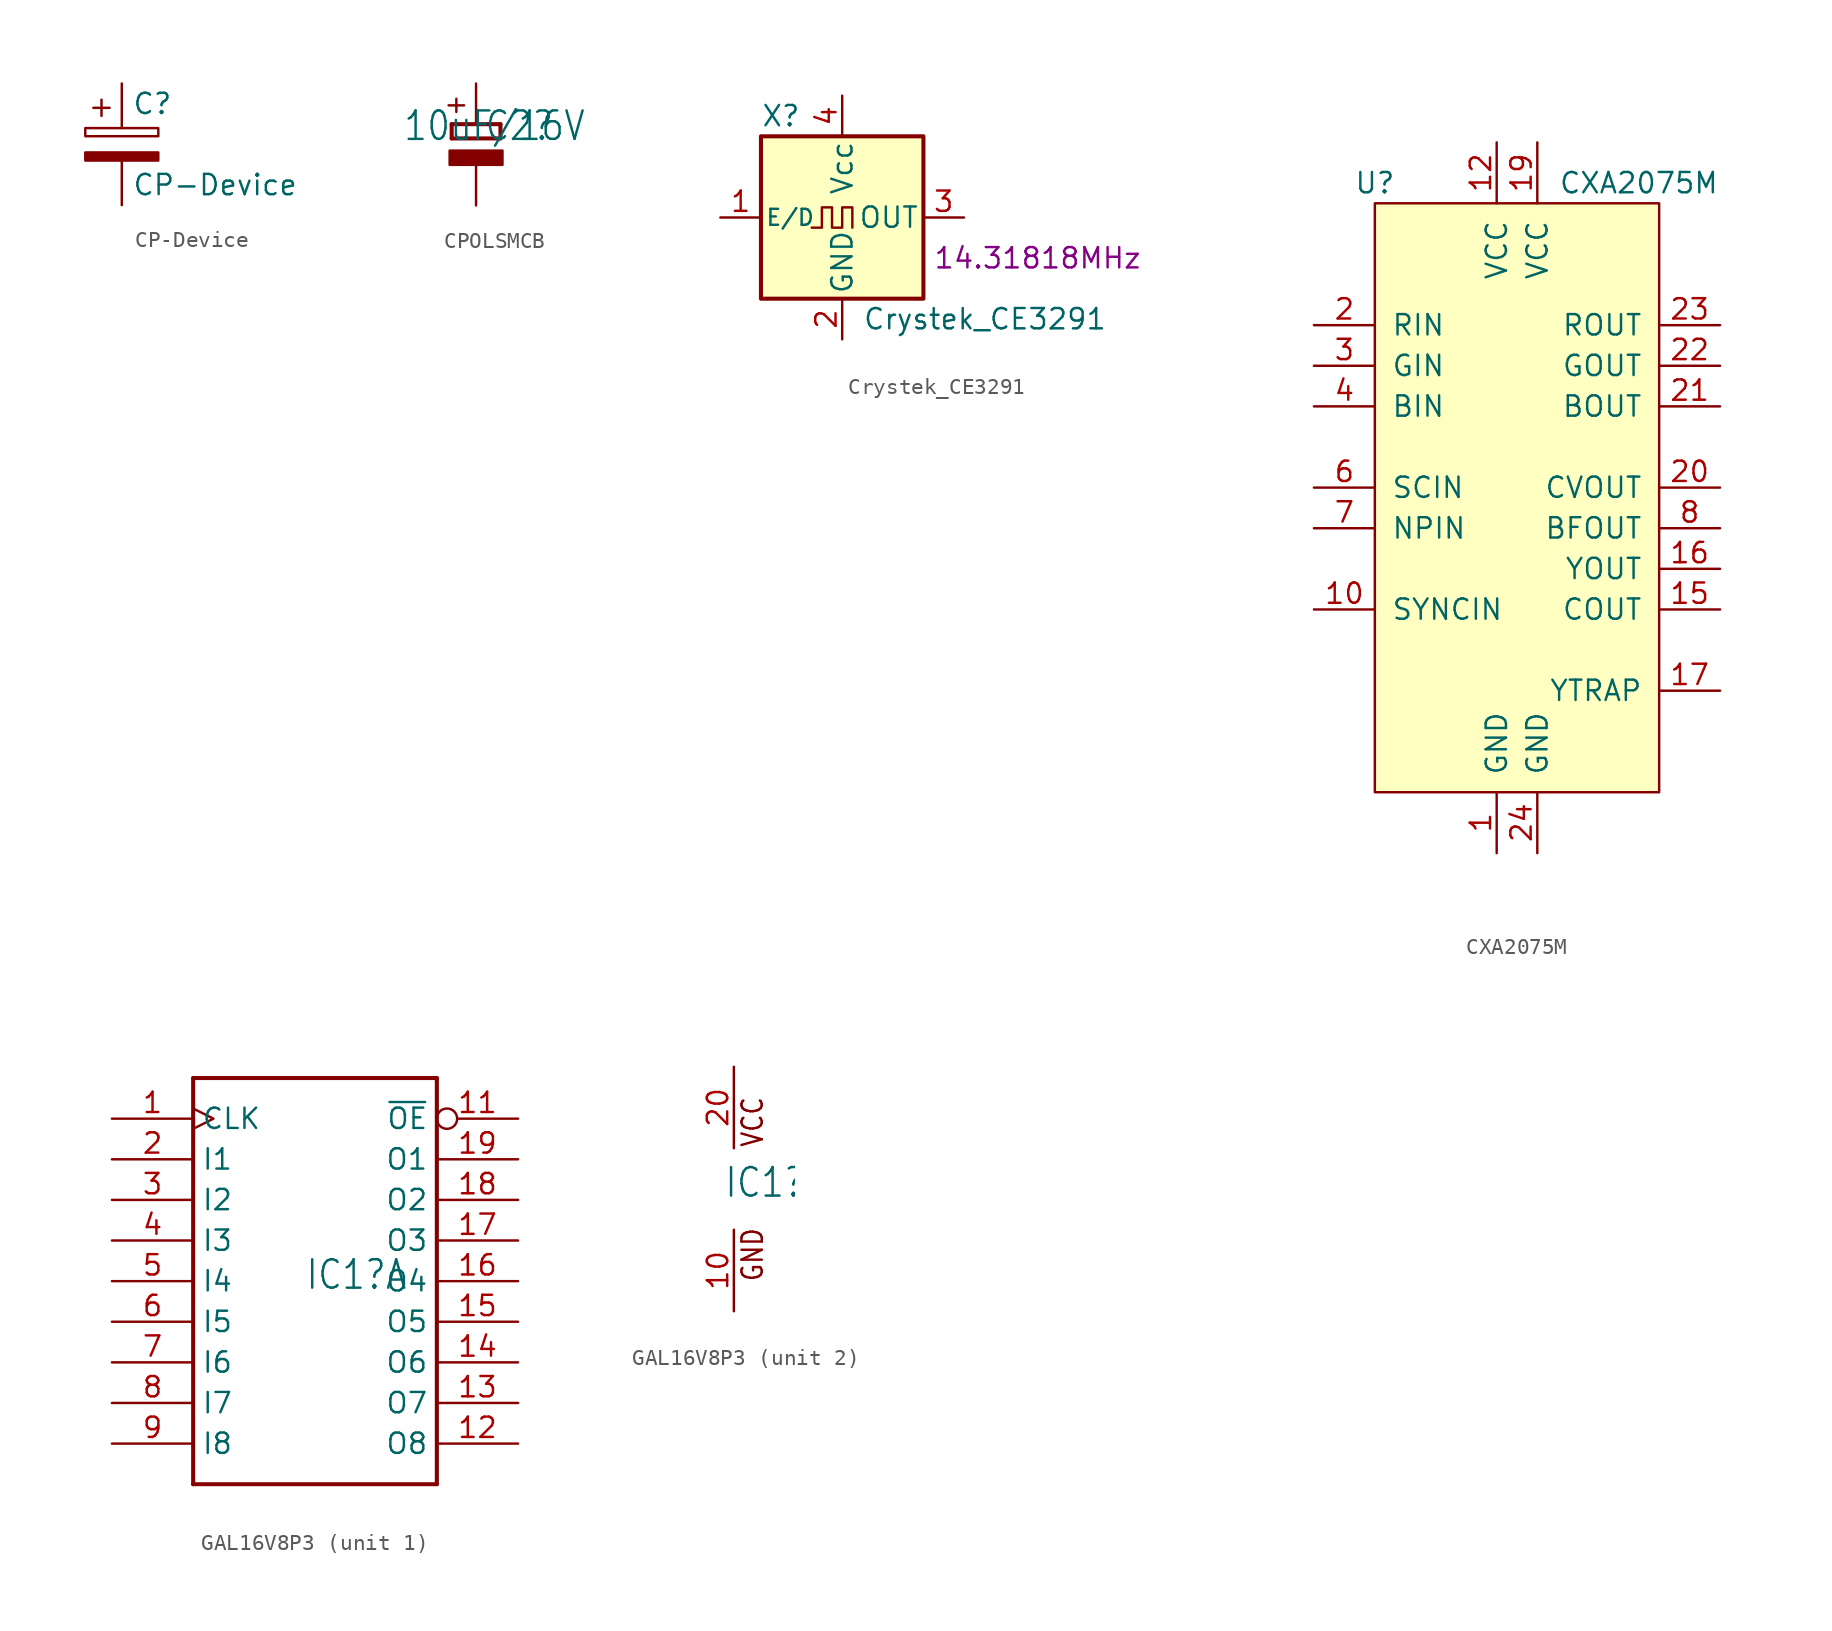
<source format=kicad_sym>
(kicad_symbol_lib
  (version 20220914)
  (generator kicad_symbol_editor)
  (symbol "CP-Device"
    (pin_numbers hide)
    (pin_names
      (offset 0.254))
    (property "Reference" "C"
      (at 0.635 2.54 0)
      (effects (font (size 1.27 1.27)) (justify left)))
    (property "Value" "CP-Device"
      (at 0.635 -2.54 0)
      (effects (font (size 1.27 1.27)) (justify left)))
    (symbol "CP-Device_0_1"
      (rectangle (start -2.286 0.508) (end 2.286 1.016) (stroke (width 0) (type default)) (fill (type none)))
      (polyline (pts (xy -1.778 2.286) (xy -0.762 2.286)) (stroke (width 0) (type default)) (fill (type none)))
      (polyline (pts (xy -1.27 2.794) (xy -1.27 1.778)) (stroke (width 0) (type default)) (fill (type none)))
      (rectangle (start 2.286 -0.508) (end -2.286 -1.016) (stroke (width 0) (type default)) (fill (type outline))))
    (symbol "CP-Device_1_1"
      (pin passive line (at 0 3.81 270) (length 2.794) (name "~" (effects (font (size 1.27 1.27)))) (number "1" (effects (font (size 1.27 1.27)))))
      (pin passive line (at 0 -3.81 90) (length 2.794) (name "~" (effects (font (size 1.27 1.27)))) (number "2" (effects (font (size 1.27 1.27)))))))
  (symbol "CPOLSMCB"
    (property "Reference" "C2"
      (at 0.483 -1.143 0)
      (effects (font (size 1.778 1.511)) (justify left bottom)))
    (property "Value" "10uF/16V"
      (at -4.597 -1.143 0)
      (effects (font (size 1.778 1.511)) (justify left bottom)))
    (property "ki_locked" ""
      (at 0 0 0)
      (effects (font (size 1.27 1.27))))
    (symbol "CPOLSMCB_1_0"
      (rectangle (start -1.651 -2.54) (end 1.651 -1.651) (stroke (width 0) (type default)) (fill (type outline)))
      (polyline (pts (xy -1.524 -0.889) (xy 1.524 -0.889)) (stroke (width 0.254) (type default)) (fill (type none)))
      (polyline (pts (xy -1.524 0) (xy -1.524 -0.889)) (stroke (width 0.254) (type default)) (fill (type none)))
      (polyline (pts (xy -1.524 0) (xy 1.524 0)) (stroke (width 0.254) (type default)) (fill (type none)))
      (polyline (pts (xy 1.524 -0.889) (xy 1.524 0)) (stroke (width 0.254) (type default)) (fill (type none)))
      (text "+" (at -0.584 0.406 900) (effects (font (size 1.27 1.079)) (justify left bottom)))
      (pin passive line (at 0 2.54 270) (length 2.54) (name "+" (effects (font (size 0 0)))) (number "1" (effects (font (size 0 0)))))
      (pin passive line (at 0 -5.08 90) (length 2.54) (name "-" (effects (font (size 0 0)))) (number "2" (effects (font (size 0 0)))))))
  (symbol "Crystek_CE3291"
    (pin_names
      (offset 0.254))
    (property "Reference" "X"
      (at -5.08 6.35 0)
      (effects (font (size 1.27 1.27)) (justify left)))
    (property "Value" "Crystek_CE3291"
      (at 1.27 -6.35 0)
      (effects (font (size 1.27 1.27)) (justify left)))
    (property "Frequency" "14.31818MHz "
      (at 12.7 -2.54 0)
      (effects (font (size 1.27 1.27))))
    (symbol "Crystek_CE3291_0_1"
      (rectangle (start -5.08 5.08) (end 5.08 -5.08) (stroke (width 0.254) (type default)) (fill (type background)))
      (polyline (pts (xy -1.905 -0.635) (xy -1.27 -0.635) (xy -1.27 0.635) (xy -0.635 0.635) (xy -0.635 -0.635) (xy 0 -0.635) (xy 0 0.635) (xy 0.635 0.635) (xy 0.635 -0.635)) (stroke (width 0) (type default)) (fill (type none))))
    (symbol "Crystek_CE3291_1_1"
      (pin input line (at -7.62 0 0) (length 2.54) (name "E/D" (effects (font (size 1 1)))) (number "1" (effects (font (size 1.27 1.27)))))
      (pin power_in line (at 0 -7.62 90) (length 2.54) (name "GND" (effects (font (size 1.27 1.27)))) (number "2" (effects (font (size 1.27 1.27)))))
      (pin output line (at 7.62 0 180) (length 2.54) (name "OUT" (effects (font (size 1.27 1.27)))) (number "3" (effects (font (size 1.27 1.27)))))
      (pin power_in line (at 0 7.62 270) (length 2.54) (name "Vcc" (effects (font (size 1.27 1.27)))) (number "4" (effects (font (size 1.27 1.27)))))))
  (symbol "CXA2075M"
    (pin_names
      (offset 1.016))
    (property "Reference" "U"
      (at -8.89 20.32 0)
      (effects (font (size 1.27 1.27))))
    (property "Value" "CXA2075M"
      (at 7.62 20.32 0)
      (effects (font (size 1.27 1.27))))
    (symbol "CXA2075M_0_1"
      (rectangle (start -8.89 19.05) (end 8.89 -17.78) (stroke (width 0) (type default)) (fill (type background))))
    (symbol "CXA2075M_1_1"
      (pin power_in line (at -1.27 -21.59 90) (length 3.81) (name "GND" (effects (font (size 1.27 1.27)))) (number "1" (effects (font (size 1.27 1.27)))))
      (pin input line (at -12.7 -6.35 0) (length 3.81) (name "SYNCIN" (effects (font (size 1.27 1.27)))) (number "10" (effects (font (size 1.27 1.27)))))
      (pin no_connect line (at -12.7 -8.89 0) (length 3.81) hide (name "NC" (effects (font (size 1.27 1.27)))) (number "11" (effects (font (size 1.27 1.27)))))
      (pin power_in line (at -1.27 22.86 270) (length 3.81) (name "VCC" (effects (font (size 1.27 1.27)))) (number "12" (effects (font (size 1.27 1.27)))))
      (pin no_connect line (at 12.7 13.97 180) (length 3.81) hide (name "NC" (effects (font (size 1.27 1.27)))) (number "13" (effects (font (size 1.27 1.27)))))
      (pin no_connect line (at 11.43 -8.89 180) (length 3.81) hide (name "NC" (effects (font (size 1.27 1.27)))) (number "14" (effects (font (size 1.27 1.27)))))
      (pin output line (at 12.7 -6.35 180) (length 3.81) (name "COUT" (effects (font (size 1.27 1.27)))) (number "15" (effects (font (size 1.27 1.27)))))
      (pin output line (at 12.7 -3.81 180) (length 3.81) (name "YOUT" (effects (font (size 1.27 1.27)))) (number "16" (effects (font (size 1.27 1.27)))))
      (pin input line (at 12.7 -11.43 180) (length 3.81) (name "YTRAP" (effects (font (size 1.27 1.27)))) (number "17" (effects (font (size 1.27 1.27)))))
      (pin no_connect line (at 11.43 -13.97 180) (length 3.81) hide (name "NC" (effects (font (size 1.27 1.27)))) (number "18" (effects (font (size 1.27 1.27)))))
      (pin power_in line (at 1.27 22.86 270) (length 3.81) (name "VCC" (effects (font (size 1.27 1.27)))) (number "19" (effects (font (size 1.27 1.27)))))
      (pin input line (at -12.7 11.43 0) (length 3.81) (name "RIN" (effects (font (size 1.27 1.27)))) (number "2" (effects (font (size 1.27 1.27)))))
      (pin output line (at 12.7 1.27 180) (length 3.81) (name "CVOUT" (effects (font (size 1.27 1.27)))) (number "20" (effects (font (size 1.27 1.27)))))
      (pin output line (at 12.7 6.35 180) (length 3.81) (name "BOUT" (effects (font (size 1.27 1.27)))) (number "21" (effects (font (size 1.27 1.27)))))
      (pin output line (at 12.7 8.89 180) (length 3.81) (name "GOUT" (effects (font (size 1.27 1.27)))) (number "22" (effects (font (size 1.27 1.27)))))
      (pin output line (at 12.7 11.43 180) (length 3.81) (name "ROUT" (effects (font (size 1.27 1.27)))) (number "23" (effects (font (size 1.27 1.27)))))
      (pin power_in line (at 1.27 -21.59 90) (length 3.81) (name "GND" (effects (font (size 1.27 1.27)))) (number "24" (effects (font (size 1.27 1.27)))))
      (pin input line (at -12.7 8.89 0) (length 3.81) (name "GIN" (effects (font (size 1.27 1.27)))) (number "3" (effects (font (size 1.27 1.27)))))
      (pin input line (at -12.7 6.35 0) (length 3.81) (name "BIN" (effects (font (size 1.27 1.27)))) (number "4" (effects (font (size 1.27 1.27)))))
      (pin no_connect line (at -12.7 3.81 0) (length 3.81) hide (name "NC" (effects (font (size 1.27 1.27)))) (number "5" (effects (font (size 1.27 1.27)))))
      (pin input line (at -12.7 1.27 0) (length 3.81) (name "SCIN" (effects (font (size 1.27 1.27)))) (number "6" (effects (font (size 1.27 1.27)))))
      (pin input line (at -12.7 -1.27 0) (length 3.81) (name "NPIN" (effects (font (size 1.27 1.27)))) (number "7" (effects (font (size 1.27 1.27)))))
      (pin output line (at 12.7 -1.27 180) (length 3.81) (name "BFOUT" (effects (font (size 1.27 1.27)))) (number "8" (effects (font (size 1.27 1.27)))))
      (pin no_connect line (at -12.7 -3.81 0) (length 3.81) hide (name "NC" (effects (font (size 1.27 1.27)))) (number "9" (effects (font (size 1.27 1.27)))))))
  (symbol "GAL16V8P3"
    (property "Reference" "IC1"
      (at -0.635 -0.635 0)
      (effects (font (size 1.778 1.511)) (justify left bottom)))
    (property "ki_locked" ""
      (at 0 0 0)
      (effects (font (size 1.27 1.27))))
    (symbol "GAL16V8P3_1_0"
      (polyline (pts (xy -7.62 -12.7) (xy -7.62 12.7)) (stroke (width 0.254) (type default)) (fill (type none)))
      (polyline (pts (xy -7.62 12.7) (xy 7.62 12.7)) (stroke (width 0.254) (type default)) (fill (type none)))
      (polyline (pts (xy 7.62 -12.7) (xy -7.62 -12.7)) (stroke (width 0.254) (type default)) (fill (type none)))
      (polyline (pts (xy 7.62 12.7) (xy 7.62 -12.7)) (stroke (width 0.254) (type default)) (fill (type none)))
      (pin input clock (at -12.7 10.16 0) (length 5.08) (name "CLK" (effects (font (size 1.27 1.27)))) (number "1" (effects (font (size 1.27 1.27)))))
      (pin input inverted (at 12.7 10.16 180) (length 5.08) (name "~{OE}" (effects (font (size 1.27 1.27)))) (number "11" (effects (font (size 1.27 1.27)))))
      (pin bidirectional line (at 12.7 -10.16 180) (length 5.08) (name "O8" (effects (font (size 1.27 1.27)))) (number "12" (effects (font (size 1.27 1.27)))))
      (pin bidirectional line (at 12.7 -7.62 180) (length 5.08) (name "O7" (effects (font (size 1.27 1.27)))) (number "13" (effects (font (size 1.27 1.27)))))
      (pin bidirectional line (at 12.7 -5.08 180) (length 5.08) (name "O6" (effects (font (size 1.27 1.27)))) (number "14" (effects (font (size 1.27 1.27)))))
      (pin bidirectional line (at 12.7 -2.54 180) (length 5.08) (name "O5" (effects (font (size 1.27 1.27)))) (number "15" (effects (font (size 1.27 1.27)))))
      (pin bidirectional line (at 12.7 0 180) (length 5.08) (name "O4" (effects (font (size 1.27 1.27)))) (number "16" (effects (font (size 1.27 1.27)))))
      (pin bidirectional line (at 12.7 2.54 180) (length 5.08) (name "O3" (effects (font (size 1.27 1.27)))) (number "17" (effects (font (size 1.27 1.27)))))
      (pin bidirectional line (at 12.7 5.08 180) (length 5.08) (name "O2" (effects (font (size 1.27 1.27)))) (number "18" (effects (font (size 1.27 1.27)))))
      (pin bidirectional line (at 12.7 7.62 180) (length 5.08) (name "O1" (effects (font (size 1.27 1.27)))) (number "19" (effects (font (size 1.27 1.27)))))
      (pin input line (at -12.7 7.62 0) (length 5.08) (name "I1" (effects (font (size 1.27 1.27)))) (number "2" (effects (font (size 1.27 1.27)))))
      (pin input line (at -12.7 5.08 0) (length 5.08) (name "I2" (effects (font (size 1.27 1.27)))) (number "3" (effects (font (size 1.27 1.27)))))
      (pin input line (at -12.7 2.54 0) (length 5.08) (name "I3" (effects (font (size 1.27 1.27)))) (number "4" (effects (font (size 1.27 1.27)))))
      (pin input line (at -12.7 0 0) (length 5.08) (name "I4" (effects (font (size 1.27 1.27)))) (number "5" (effects (font (size 1.27 1.27)))))
      (pin input line (at -12.7 -2.54 0) (length 5.08) (name "I5" (effects (font (size 1.27 1.27)))) (number "6" (effects (font (size 1.27 1.27)))))
      (pin input line (at -12.7 -5.08 0) (length 5.08) (name "I6" (effects (font (size 1.27 1.27)))) (number "7" (effects (font (size 1.27 1.27)))))
      (pin input line (at -12.7 -7.62 0) (length 5.08) (name "I7" (effects (font (size 1.27 1.27)))) (number "8" (effects (font (size 1.27 1.27)))))
      (pin input line (at -12.7 -10.16 0) (length 5.08) (name "I8" (effects (font (size 1.27 1.27)))) (number "9" (effects (font (size 1.27 1.27))))))
    (symbol "GAL16V8P3_2_0"
      (text "GND" (at 1.905 -5.842 900) (effects (font (size 1.27 1.079)) (justify left bottom)))
      (text "VCC" (at 1.905 2.54 900) (effects (font (size 1.27 1.079)) (justify left bottom)))
      (pin power_in line (at 0 -7.62 90) (length 5.08) (name "GND" (effects (font (size 0 0)))) (number "10" (effects (font (size 1.27 1.27)))))
      (pin power_in line (at 0 7.62 270) (length 5.08) (name "VCC" (effects (font (size 0 0)))) (number "20" (effects (font (size 1.27 1.27))))))))
</source>
